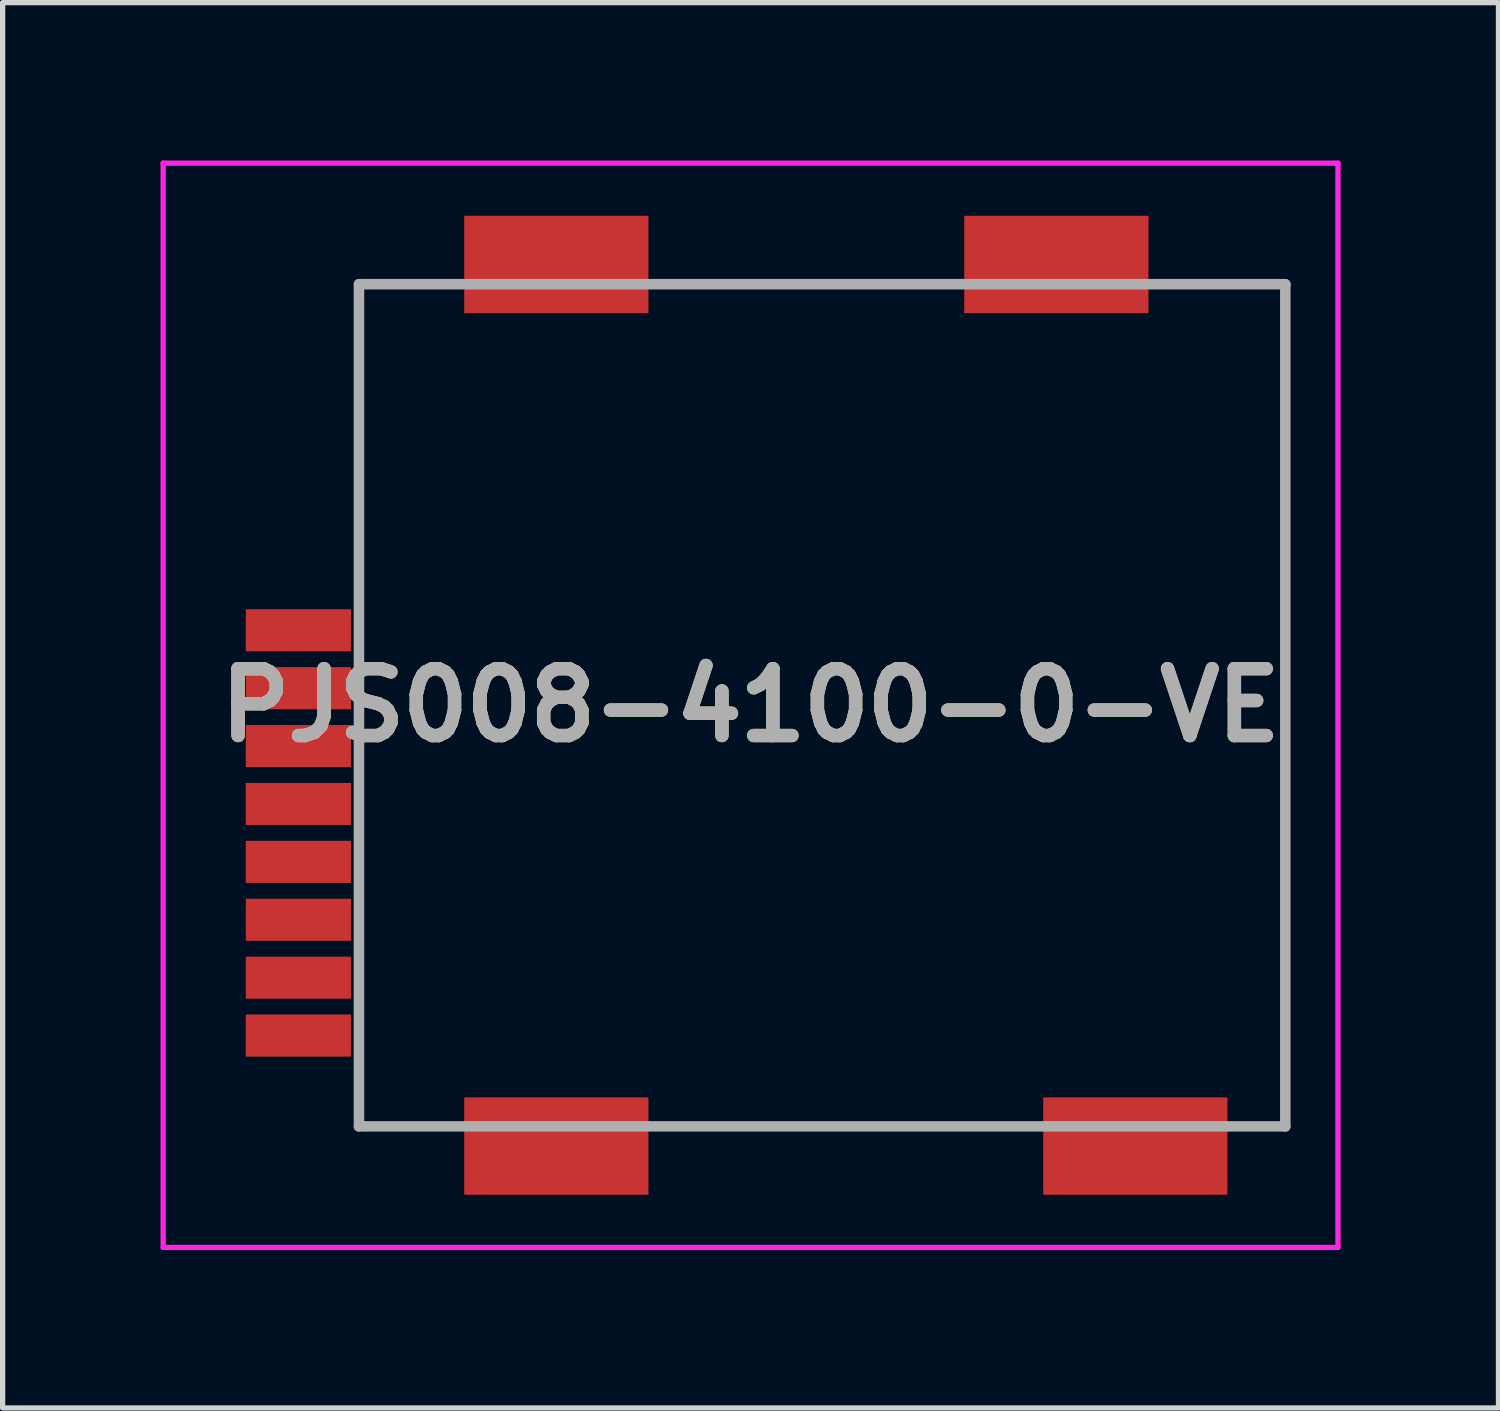
<source format=kicad_pcb>
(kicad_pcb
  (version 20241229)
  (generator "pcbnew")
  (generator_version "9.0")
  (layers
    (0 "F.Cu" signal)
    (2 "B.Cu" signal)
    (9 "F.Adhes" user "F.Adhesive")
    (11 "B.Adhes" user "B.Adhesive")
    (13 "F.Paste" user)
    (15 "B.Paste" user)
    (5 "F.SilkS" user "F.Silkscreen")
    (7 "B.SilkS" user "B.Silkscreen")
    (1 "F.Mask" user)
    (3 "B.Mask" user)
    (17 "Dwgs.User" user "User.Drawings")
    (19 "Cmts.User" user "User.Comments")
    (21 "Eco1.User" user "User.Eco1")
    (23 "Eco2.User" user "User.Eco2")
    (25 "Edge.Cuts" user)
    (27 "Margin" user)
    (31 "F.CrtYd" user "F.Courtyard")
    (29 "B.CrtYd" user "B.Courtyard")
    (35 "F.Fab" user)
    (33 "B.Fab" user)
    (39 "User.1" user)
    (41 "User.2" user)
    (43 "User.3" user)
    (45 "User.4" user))
  (footprint "PJS008-4100-0-VE"
    (layer "F.Cu")
    (at 11.21 10.35)
    (property "Reference" "PJS008-4100-0-VE" (at 0 0 0) (layer "F.SilkS") (effects (font (size 1.27 1.27) (thickness 0.254))))
    (attr smd)
    (fp_line (start -7.44 -8) (end -7.44 -2.5) (stroke (width 0.1) (type solid)) (layer "F.SilkS"))
    (fp_line (start -7.44 7.5) (end -7.44 8) (stroke (width 0.1) (type solid)) (layer "F.SilkS"))
    (fp_line (start -7.44 8) (end -6 8) (stroke (width 0.1) (type solid)) (layer "F.SilkS"))
    (fp_line (start -6 -8) (end -7.44 -8) (stroke (width 0.1) (type solid)) (layer "F.SilkS"))
    (fp_line (start -1 8) (end 5 8) (stroke (width 0.1) (type solid)) (layer "F.SilkS"))
    (fp_line (start 3.5 -8) (end -1.5 -8) (stroke (width 0.1) (type solid)) (layer "F.SilkS"))
    (fp_line (start 10.16 -8) (end 8.5 -8) (stroke (width 0.1) (type solid)) (layer "F.SilkS"))
    (fp_line (start 10.16 8) (end 10.16 -8) (stroke (width 0.1) (type solid)) (layer "F.SilkS"))
    (fp_line (start -11.16 -10.3) (end 11.16 -10.3) (stroke (width 0.1) (type solid)) (layer "F.CrtYd"))
    (fp_line (start -11.16 10.3) (end -11.16 -10.3) (stroke (width 0.1) (type solid)) (layer "F.CrtYd"))
    (fp_line (start 11.16 -10.3) (end 11.16 10.3) (stroke (width 0.1) (type solid)) (layer "F.CrtYd"))
    (fp_line (start 11.16 10.3) (end -11.16 10.3) (stroke (width 0.1) (type solid)) (layer "F.CrtYd"))
    (fp_line (start -7.44 -8) (end -7.44 8) (stroke (width 0.2) (type solid)) (layer "F.Fab"))
    (fp_line (start -7.44 8) (end 10.16 8) (stroke (width 0.2) (type solid)) (layer "F.Fab"))
    (fp_line (start 10.16 -8) (end -7.44 -8) (stroke (width 0.2) (type solid)) (layer "F.Fab"))
    (fp_line (start 10.16 8) (end 10.16 -8) (stroke (width 0.2) (type solid)) (layer "F.Fab"))
    (fp_text user "${REFERENCE}" (at 0 0 0) (layer "F.Fab") (effects (font (size 1.27 1.27) (thickness 0.254))))
    (pad "1" smd rect (at -8.59 -1.425 90) (size 0.8 2) (layers "F.Cu" "F.Mask" "F.Paste"))
    (pad "2" smd rect (at -8.59 -0.325 90) (size 0.8 2) (layers "F.Cu" "F.Mask" "F.Paste"))
    (pad "3" smd rect (at -8.59 0.775 90) (size 0.8 2) (layers "F.Cu" "F.Mask" "F.Paste"))
    (pad "4" smd rect (at -8.59 1.875 90) (size 0.8 2) (layers "F.Cu" "F.Mask" "F.Paste"))
    (pad "5" smd rect (at -8.59 2.975 90) (size 0.8 2) (layers "F.Cu" "F.Mask" "F.Paste"))
    (pad "6" smd rect (at -8.59 4.075 90) (size 0.8 2) (layers "F.Cu" "F.Mask" "F.Paste"))
    (pad "7" smd rect (at -8.59 5.175 90) (size 0.8 2) (layers "F.Cu" "F.Mask" "F.Paste"))
    (pad "8" smd rect (at -8.59 6.275 90) (size 0.8 2) (layers "F.Cu" "F.Mask" "F.Paste"))
    (pad "MP1" smd rect (at -3.69 -8.375 90) (size 1.85 3.5) (layers "F.Cu" "F.Mask" "F.Paste"))
    (pad "MP2" smd rect (at 5.81 -8.375 90) (size 1.85 3.5) (layers "F.Cu" "F.Mask" "F.Paste"))
    (pad "MP3" smd rect (at -3.69 8.375 90) (size 1.85 3.5) (layers "F.Cu" "F.Mask" "F.Paste"))
    (pad "MP4" smd rect (at 7.31 8.375 90) (size 1.85 3.5) (layers "F.Cu" "F.Mask" "F.Paste")))
  (gr_rect
    (start -3 -3)
    (end 25.42 23.7)
    (stroke (width 0.1) (type default))
    (fill no)
    (layer "Edge.Cuts")))
</source>
